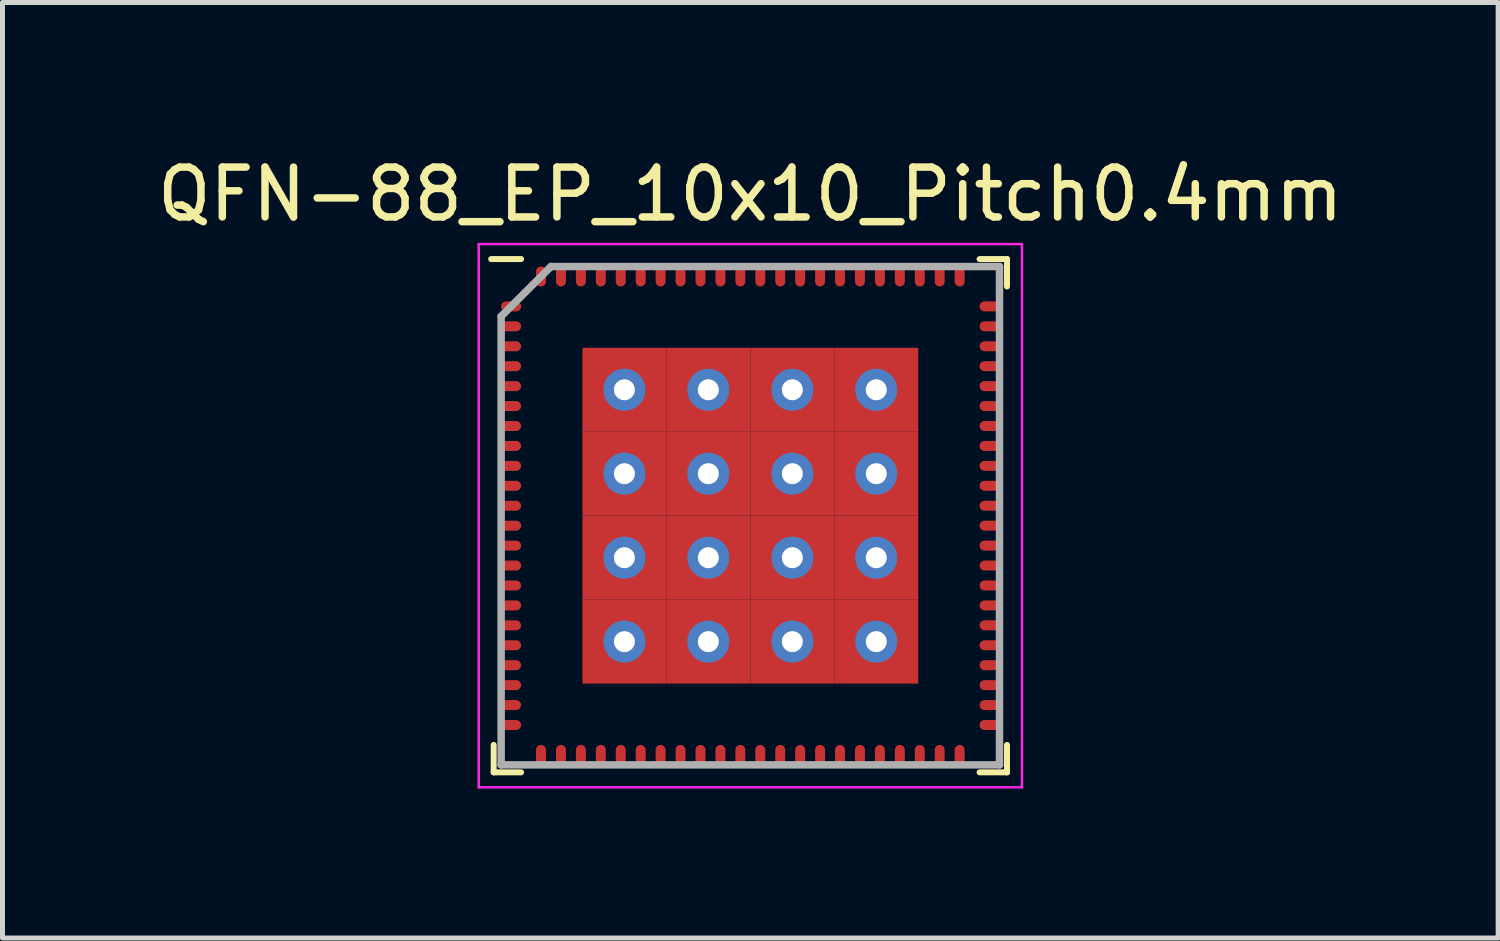
<source format=kicad_pcb>
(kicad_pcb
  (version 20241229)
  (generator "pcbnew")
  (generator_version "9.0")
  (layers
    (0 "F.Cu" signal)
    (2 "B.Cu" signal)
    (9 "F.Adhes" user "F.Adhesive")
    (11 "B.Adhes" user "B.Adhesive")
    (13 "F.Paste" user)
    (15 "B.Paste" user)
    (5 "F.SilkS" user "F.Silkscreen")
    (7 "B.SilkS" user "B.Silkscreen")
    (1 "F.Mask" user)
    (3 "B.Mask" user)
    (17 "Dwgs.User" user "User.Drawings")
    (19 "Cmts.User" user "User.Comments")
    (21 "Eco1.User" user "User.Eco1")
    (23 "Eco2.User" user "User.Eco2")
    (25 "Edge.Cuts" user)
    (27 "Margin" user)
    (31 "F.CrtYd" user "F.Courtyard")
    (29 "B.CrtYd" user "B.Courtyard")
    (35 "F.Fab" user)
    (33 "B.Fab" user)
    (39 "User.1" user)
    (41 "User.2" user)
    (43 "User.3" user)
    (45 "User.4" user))
  (footprint "QFN-88_EP_10x10_Pitch0.4mm"
    (layer "F.Cu")
    (at 12.006 7.298)
    (property "Reference" "QFN-88_EP_10x10_Pitch0.4mm" (at 0 -6.45 0) (layer "F.SilkS") (effects (font (size 1 1) (thickness 0.15))))
    (attr smd)
    (fp_line (start -5.15 5.15) (end -5.15 4.6) (stroke (width 0.12) (type solid)) (layer "F.SilkS"))
    (fp_line (start -4.6 -5.15) (end -5.2 -5.15) (stroke (width 0.12) (type solid)) (layer "F.SilkS"))
    (fp_line (start -4.6 5.15) (end -5.15 5.15) (stroke (width 0.12) (type solid)) (layer "F.SilkS"))
    (fp_line (start 4.6 -5.15) (end 5.15 -5.15) (stroke (width 0.12) (type solid)) (layer "F.SilkS"))
    (fp_line (start 4.6 5.15) (end 5.15 5.15) (stroke (width 0.12) (type solid)) (layer "F.SilkS"))
    (fp_line (start 5.15 -5.15) (end 5.15 -4.6) (stroke (width 0.12) (type solid)) (layer "F.SilkS"))
    (fp_line (start 5.15 5.15) (end 5.15 4.6) (stroke (width 0.12) (type solid)) (layer "F.SilkS"))
    (fp_line (start -5.45 -5.45) (end 5.45 -5.45) (stroke (width 0.05) (type solid)) (layer "F.CrtYd"))
    (fp_line (start -5.45 5.45) (end -5.45 -5.45) (stroke (width 0.05) (type solid)) (layer "F.CrtYd"))
    (fp_line (start 5.45 -5.45) (end 5.45 5.45) (stroke (width 0.05) (type solid)) (layer "F.CrtYd"))
    (fp_line (start 5.45 5.45) (end -5.45 5.45) (stroke (width 0.05) (type solid)) (layer "F.CrtYd"))
    (fp_line (start -5 -4) (end -5 5) (stroke (width 0.15) (type solid)) (layer "F.Fab"))
    (fp_line (start -5 5) (end 5 5) (stroke (width 0.15) (type solid)) (layer "F.Fab"))
    (fp_line (start -4 -5) (end -5 -4) (stroke (width 0.15) (type solid)) (layer "F.Fab"))
    (fp_line (start 5 -5) (end -4 -5) (stroke (width 0.15) (type solid)) (layer "F.Fab"))
    (fp_line (start 5 5) (end 5 -5) (stroke (width 0.15) (type solid)) (layer "F.Fab"))
    (pad "1" smd oval (at -4.8 -4.2 90) (size 0.2 0.4) (layers "F.Cu" "F.Mask" "F.Paste"))
    (pad "2" smd oval (at -4.8 -3.8 90) (size 0.2 0.4) (layers "F.Cu" "F.Mask" "F.Paste"))
    (pad "3" smd oval (at -4.8 -3.4 90) (size 0.2 0.4) (layers "F.Cu" "F.Mask" "F.Paste"))
    (pad "4" smd oval (at -4.8 -3 90) (size 0.2 0.4) (layers "F.Cu" "F.Mask" "F.Paste"))
    (pad "5" smd oval (at -4.8 -2.6 90) (size 0.2 0.4) (layers "F.Cu" "F.Mask" "F.Paste"))
    (pad "6" smd oval (at -4.8 -2.2 90) (size 0.2 0.4) (layers "F.Cu" "F.Mask" "F.Paste"))
    (pad "7" smd oval (at -4.8 -1.8 90) (size 0.2 0.4) (layers "F.Cu" "F.Mask" "F.Paste"))
    (pad "8" smd oval (at -4.8 -1.4 90) (size 0.2 0.4) (layers "F.Cu" "F.Mask" "F.Paste"))
    (pad "9" smd oval (at -4.8 -1 90) (size 0.2 0.4) (layers "F.Cu" "F.Mask" "F.Paste"))
    (pad "10" smd oval (at -4.8 -0.6 90) (size 0.2 0.4) (layers "F.Cu" "F.Mask" "F.Paste"))
    (pad "11" smd oval (at -4.8 -0.2 90) (size 0.2 0.4) (layers "F.Cu" "F.Mask" "F.Paste"))
    (pad "12" smd oval (at -4.8 0.2 90) (size 0.2 0.4) (layers "F.Cu" "F.Mask" "F.Paste"))
    (pad "13" smd oval (at -4.8 0.6 90) (size 0.2 0.4) (layers "F.Cu" "F.Mask" "F.Paste"))
    (pad "14" smd oval (at -4.8 1 90) (size 0.2 0.4) (layers "F.Cu" "F.Mask" "F.Paste"))
    (pad "15" smd oval (at -4.8 1.4 90) (size 0.2 0.4) (layers "F.Cu" "F.Mask" "F.Paste"))
    (pad "16" smd oval (at -4.8 1.8 90) (size 0.2 0.4) (layers "F.Cu" "F.Mask" "F.Paste"))
    (pad "17" smd oval (at -4.8 2.2 90) (size 0.2 0.4) (layers "F.Cu" "F.Mask" "F.Paste"))
    (pad "18" smd oval (at -4.8 2.6 90) (size 0.2 0.4) (layers "F.Cu" "F.Mask" "F.Paste"))
    (pad "19" smd oval (at -4.8 3 90) (size 0.2 0.4) (layers "F.Cu" "F.Mask" "F.Paste"))
    (pad "20" smd oval (at -4.8 3.4 90) (size 0.2 0.4) (layers "F.Cu" "F.Mask" "F.Paste"))
    (pad "21" smd oval (at -4.8 3.8 90) (size 0.2 0.4) (layers "F.Cu" "F.Mask" "F.Paste"))
    (pad "22" smd oval (at -4.8 4.2 90) (size 0.2 0.4) (layers "F.Cu" "F.Mask" "F.Paste"))
    (pad "23" smd oval (at -4.2 4.8) (size 0.2 0.4) (layers "F.Cu" "F.Mask" "F.Paste"))
    (pad "24" smd oval (at -3.8 4.8) (size 0.2 0.4) (layers "F.Cu" "F.Mask" "F.Paste"))
    (pad "25" smd oval (at -3.4 4.8) (size 0.2 0.4) (layers "F.Cu" "F.Mask" "F.Paste"))
    (pad "26" smd oval (at -3 4.8) (size 0.2 0.4) (layers "F.Cu" "F.Mask" "F.Paste"))
    (pad "27" smd oval (at -2.6 4.8) (size 0.2 0.4) (layers "F.Cu" "F.Mask" "F.Paste"))
    (pad "28" smd oval (at -2.2 4.8) (size 0.2 0.4) (layers "F.Cu" "F.Mask" "F.Paste"))
    (pad "29" smd oval (at -1.8 4.8) (size 0.2 0.4) (layers "F.Cu" "F.Mask" "F.Paste"))
    (pad "30" smd oval (at -1.4 4.8) (size 0.2 0.4) (layers "F.Cu" "F.Mask" "F.Paste"))
    (pad "31" smd oval (at -1 4.8) (size 0.2 0.4) (layers "F.Cu" "F.Mask" "F.Paste"))
    (pad "32" smd oval (at -0.6 4.8) (size 0.2 0.4) (layers "F.Cu" "F.Mask" "F.Paste"))
    (pad "33" smd oval (at -0.2 4.8) (size 0.2 0.4) (layers "F.Cu" "F.Mask" "F.Paste"))
    (pad "34" smd oval (at 0.2 4.8) (size 0.2 0.4) (layers "F.Cu" "F.Mask" "F.Paste"))
    (pad "35" smd oval (at 0.6 4.8) (size 0.2 0.4) (layers "F.Cu" "F.Mask" "F.Paste"))
    (pad "36" smd oval (at 1 4.8) (size 0.2 0.4) (layers "F.Cu" "F.Mask" "F.Paste"))
    (pad "37" smd oval (at 1.4 4.8) (size 0.2 0.4) (layers "F.Cu" "F.Mask" "F.Paste"))
    (pad "38" smd oval (at 1.8 4.8) (size 0.2 0.4) (layers "F.Cu" "F.Mask" "F.Paste"))
    (pad "39" smd oval (at 2.2 4.8) (size 0.2 0.4) (layers "F.Cu" "F.Mask" "F.Paste"))
    (pad "40" smd oval (at 2.6 4.8) (size 0.2 0.4) (layers "F.Cu" "F.Mask" "F.Paste"))
    (pad "41" smd oval (at 3 4.8) (size 0.2 0.4) (layers "F.Cu" "F.Mask" "F.Paste"))
    (pad "42" smd oval (at 3.4 4.8) (size 0.2 0.4) (layers "F.Cu" "F.Mask" "F.Paste"))
    (pad "43" smd oval (at 3.8 4.8) (size 0.2 0.4) (layers "F.Cu" "F.Mask" "F.Paste"))
    (pad "44" smd oval (at 4.2 4.8) (size 0.2 0.4) (layers "F.Cu" "F.Mask" "F.Paste"))
    (pad "45" smd oval (at 4.8 4.2 90) (size 0.2 0.4) (layers "F.Cu" "F.Mask" "F.Paste"))
    (pad "46" smd oval (at 4.8 3.8 90) (size 0.2 0.4) (layers "F.Cu" "F.Mask" "F.Paste"))
    (pad "47" smd oval (at 4.8 3.4 90) (size 0.2 0.4) (layers "F.Cu" "F.Mask" "F.Paste"))
    (pad "48" smd oval (at 4.8 3 90) (size 0.2 0.4) (layers "F.Cu" "F.Mask" "F.Paste"))
    (pad "49" smd oval (at 4.8 2.6 90) (size 0.2 0.4) (layers "F.Cu" "F.Mask" "F.Paste"))
    (pad "50" smd oval (at 4.8 2.2 90) (size 0.2 0.4) (layers "F.Cu" "F.Mask" "F.Paste"))
    (pad "51" smd oval (at 4.8 1.8 90) (size 0.2 0.4) (layers "F.Cu" "F.Mask" "F.Paste"))
    (pad "52" smd oval (at 4.8 1.4 90) (size 0.2 0.4) (layers "F.Cu" "F.Mask" "F.Paste"))
    (pad "53" smd oval (at 4.8 1 90) (size 0.2 0.4) (layers "F.Cu" "F.Mask" "F.Paste"))
    (pad "54" smd oval (at 4.8 0.6 90) (size 0.2 0.4) (layers "F.Cu" "F.Mask" "F.Paste"))
    (pad "55" smd oval (at 4.8 0.2 90) (size 0.2 0.4) (layers "F.Cu" "F.Mask" "F.Paste"))
    (pad "56" smd oval (at 4.8 -0.2 90) (size 0.2 0.4) (layers "F.Cu" "F.Mask" "F.Paste"))
    (pad "57" smd oval (at 4.8 -0.6 90) (size 0.2 0.4) (layers "F.Cu" "F.Mask" "F.Paste"))
    (pad "58" smd oval (at 4.8 -1 90) (size 0.2 0.4) (layers "F.Cu" "F.Mask" "F.Paste"))
    (pad "59" smd oval (at 4.8 -1.4 90) (size 0.2 0.4) (layers "F.Cu" "F.Mask" "F.Paste"))
    (pad "60" smd oval (at 4.8 -1.8 90) (size 0.2 0.4) (layers "F.Cu" "F.Mask" "F.Paste"))
    (pad "61" smd oval (at 4.8 -2.2 90) (size 0.2 0.4) (layers "F.Cu" "F.Mask" "F.Paste"))
    (pad "62" smd oval (at 4.8 -2.6 90) (size 0.2 0.4) (layers "F.Cu" "F.Mask" "F.Paste"))
    (pad "63" smd oval (at 4.8 -3 90) (size 0.2 0.4) (layers "F.Cu" "F.Mask" "F.Paste"))
    (pad "64" smd oval (at 4.8 -3.4 90) (size 0.2 0.4) (layers "F.Cu" "F.Mask" "F.Paste"))
    (pad "65" smd oval (at 4.8 -3.8 90) (size 0.2 0.4) (layers "F.Cu" "F.Mask" "F.Paste"))
    (pad "66" smd oval (at 4.8 -4.2 90) (size 0.2 0.4) (layers "F.Cu" "F.Mask" "F.Paste"))
    (pad "67" smd oval (at 4.2 -4.8) (size 0.2 0.4) (layers "F.Cu" "F.Mask" "F.Paste"))
    (pad "68" smd oval (at 3.8 -4.8) (size 0.2 0.4) (layers "F.Cu" "F.Mask" "F.Paste"))
    (pad "69" smd oval (at 3.4 -4.8) (size 0.2 0.4) (layers "F.Cu" "F.Mask" "F.Paste"))
    (pad "70" smd oval (at 3 -4.8) (size 0.2 0.4) (layers "F.Cu" "F.Mask" "F.Paste"))
    (pad "71" smd oval (at 2.6 -4.8) (size 0.2 0.4) (layers "F.Cu" "F.Mask" "F.Paste"))
    (pad "72" smd oval (at 2.2 -4.8) (size 0.2 0.4) (layers "F.Cu" "F.Mask" "F.Paste"))
    (pad "73" smd oval (at 1.8 -4.8) (size 0.2 0.4) (layers "F.Cu" "F.Mask" "F.Paste"))
    (pad "74" smd oval (at 1.4 -4.8) (size 0.2 0.4) (layers "F.Cu" "F.Mask" "F.Paste"))
    (pad "75" smd oval (at 1 -4.8) (size 0.2 0.4) (layers "F.Cu" "F.Mask" "F.Paste"))
    (pad "76" smd oval (at 0.6 -4.8) (size 0.2 0.4) (layers "F.Cu" "F.Mask" "F.Paste"))
    (pad "77" smd oval (at 0.2 -4.8) (size 0.2 0.4) (layers "F.Cu" "F.Mask" "F.Paste"))
    (pad "78" smd oval (at -0.2 -4.8) (size 0.2 0.4) (layers "F.Cu" "F.Mask" "F.Paste"))
    (pad "79" smd oval (at -0.6 -4.8) (size 0.2 0.4) (layers "F.Cu" "F.Mask" "F.Paste"))
    (pad "80" smd oval (at -1 -4.8) (size 0.2 0.4) (layers "F.Cu" "F.Mask" "F.Paste"))
    (pad "81" smd oval (at -1.4 -4.8) (size 0.2 0.4) (layers "F.Cu" "F.Mask" "F.Paste"))
    (pad "82" smd oval (at -1.8 -4.8) (size 0.2 0.4) (layers "F.Cu" "F.Mask" "F.Paste"))
    (pad "83" smd oval (at -2.2 -4.8) (size 0.2 0.4) (layers "F.Cu" "F.Mask" "F.Paste"))
    (pad "84" smd oval (at -2.6 -4.8) (size 0.2 0.4) (layers "F.Cu" "F.Mask" "F.Paste"))
    (pad "85" smd oval (at -3 -4.8) (size 0.2 0.4) (layers "F.Cu" "F.Mask" "F.Paste"))
    (pad "86" smd oval (at -3.4 -4.8) (size 0.2 0.4) (layers "F.Cu" "F.Mask" "F.Paste"))
    (pad "87" smd oval (at -3.8 -4.8) (size 0.2 0.4) (layers "F.Cu" "F.Mask" "F.Paste"))
    (pad "88" smd oval (at -4.2 -4.8) (size 0.2 0.4) (layers "F.Cu" "F.Mask" "F.Paste"))
    (pad "89" thru_hole circle (at -2.527 -2.527) (size 0.843 0.843) (drill 0.421) (layers "*.Cu" "*.Mask"))
    (pad "89" smd rect (at -2.527 -2.527) (size 1.685 1.685) (layers "F.Cu" "F.Mask" "F.Paste"))
    (pad "89" thru_hole circle (at -2.527 -0.843) (size 0.843 0.843) (drill 0.421) (layers "*.Cu" "*.Mask"))
    (pad "89" smd rect (at -2.527 -0.843) (size 1.685 1.685) (layers "F.Cu" "F.Mask" "F.Paste"))
    (pad "89" thru_hole circle (at -2.527 0.843) (size 0.843 0.843) (drill 0.421) (layers "*.Cu" "*.Mask"))
    (pad "89" smd rect (at -2.527 0.843) (size 1.685 1.685) (layers "F.Cu" "F.Mask" "F.Paste"))
    (pad "89" thru_hole circle (at -2.527 2.527) (size 0.843 0.843) (drill 0.421) (layers "*.Cu" "*.Mask"))
    (pad "89" smd rect (at -2.527 2.527) (size 1.685 1.685) (layers "F.Cu" "F.Mask" "F.Paste"))
    (pad "89" thru_hole circle (at -0.843 -2.527) (size 0.843 0.843) (drill 0.421) (layers "*.Cu" "*.Mask"))
    (pad "89" smd rect (at -0.843 -2.527) (size 1.685 1.685) (layers "F.Cu" "F.Mask" "F.Paste"))
    (pad "89" thru_hole circle (at -0.843 -0.843) (size 0.843 0.843) (drill 0.421) (layers "*.Cu" "*.Mask"))
    (pad "89" smd rect (at -0.843 -0.843) (size 1.685 1.685) (layers "F.Cu" "F.Mask" "F.Paste"))
    (pad "89" thru_hole circle (at -0.843 0.843) (size 0.843 0.843) (drill 0.421) (layers "*.Cu" "*.Mask"))
    (pad "89" smd rect (at -0.843 0.843) (size 1.685 1.685) (layers "F.Cu" "F.Mask" "F.Paste"))
    (pad "89" thru_hole circle (at -0.843 2.527) (size 0.843 0.843) (drill 0.421) (layers "*.Cu" "*.Mask"))
    (pad "89" smd rect (at -0.843 2.527) (size 1.685 1.685) (layers "F.Cu" "F.Mask" "F.Paste"))
    (pad "89" thru_hole circle (at 0.843 -2.527) (size 0.843 0.843) (drill 0.421) (layers "*.Cu" "*.Mask"))
    (pad "89" smd rect (at 0.843 -2.527) (size 1.685 1.685) (layers "F.Cu" "F.Mask" "F.Paste"))
    (pad "89" thru_hole circle (at 0.843 -0.843) (size 0.843 0.843) (drill 0.421) (layers "*.Cu" "*.Mask"))
    (pad "89" smd rect (at 0.843 -0.843) (size 1.685 1.685) (layers "F.Cu" "F.Mask" "F.Paste"))
    (pad "89" thru_hole circle (at 0.843 0.843) (size 0.843 0.843) (drill 0.421) (layers "*.Cu" "*.Mask"))
    (pad "89" smd rect (at 0.843 0.843) (size 1.685 1.685) (layers "F.Cu" "F.Mask" "F.Paste"))
    (pad "89" thru_hole circle (at 0.843 2.527) (size 0.843 0.843) (drill 0.421) (layers "*.Cu" "*.Mask"))
    (pad "89" smd rect (at 0.843 2.527) (size 1.685 1.685) (layers "F.Cu" "F.Mask" "F.Paste"))
    (pad "89" thru_hole circle (at 2.527 -2.527) (size 0.843 0.843) (drill 0.421) (layers "*.Cu" "*.Mask"))
    (pad "89" smd rect (at 2.527 -2.527) (size 1.685 1.685) (layers "F.Cu" "F.Mask" "F.Paste"))
    (pad "89" thru_hole circle (at 2.527 -0.843) (size 0.843 0.843) (drill 0.421) (layers "*.Cu" "*.Mask"))
    (pad "89" smd rect (at 2.527 -0.843) (size 1.685 1.685) (layers "F.Cu" "F.Mask" "F.Paste"))
    (pad "89" thru_hole circle (at 2.527 0.843) (size 0.843 0.843) (drill 0.421) (layers "*.Cu" "*.Mask"))
    (pad "89" smd rect (at 2.527 0.843) (size 1.685 1.685) (layers "F.Cu" "F.Mask" "F.Paste"))
    (pad "89" thru_hole circle (at 2.527 2.527) (size 0.843 0.843) (drill 0.421) (layers "*.Cu" "*.Mask"))
    (pad "89" smd rect (at 2.527 2.527) (size 1.685 1.685) (layers "F.Cu" "F.Mask" "F.Paste")))
  (gr_rect
    (start -3 -3)
    (end 27.012 15.773)
    (stroke (width 0.1) (type default))
    (fill no)
    (layer "Edge.Cuts")))
</source>
